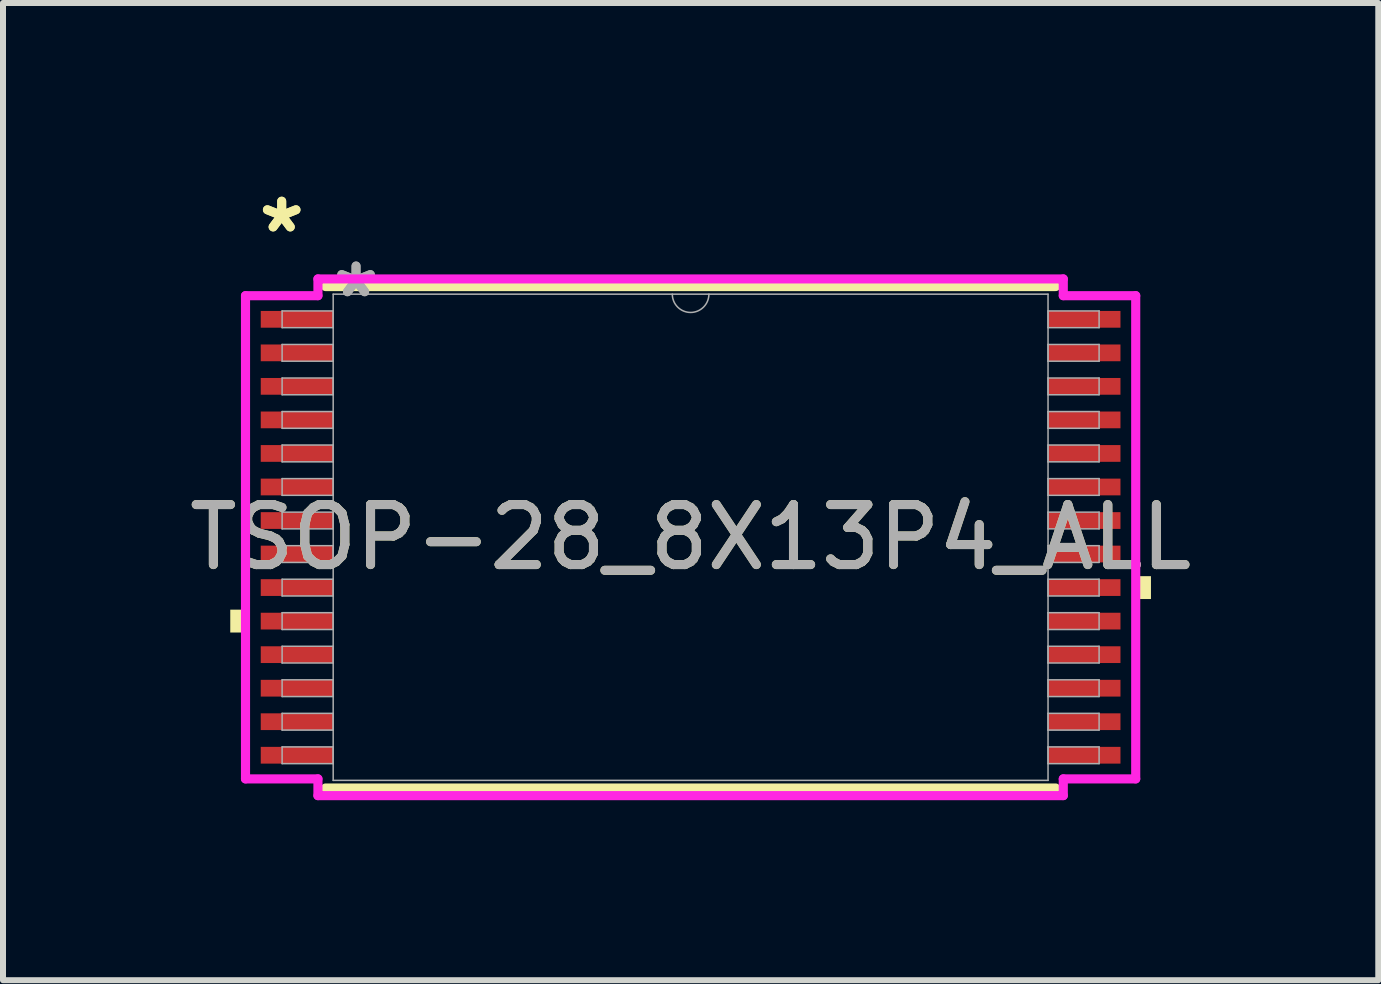
<source format=kicad_pcb>
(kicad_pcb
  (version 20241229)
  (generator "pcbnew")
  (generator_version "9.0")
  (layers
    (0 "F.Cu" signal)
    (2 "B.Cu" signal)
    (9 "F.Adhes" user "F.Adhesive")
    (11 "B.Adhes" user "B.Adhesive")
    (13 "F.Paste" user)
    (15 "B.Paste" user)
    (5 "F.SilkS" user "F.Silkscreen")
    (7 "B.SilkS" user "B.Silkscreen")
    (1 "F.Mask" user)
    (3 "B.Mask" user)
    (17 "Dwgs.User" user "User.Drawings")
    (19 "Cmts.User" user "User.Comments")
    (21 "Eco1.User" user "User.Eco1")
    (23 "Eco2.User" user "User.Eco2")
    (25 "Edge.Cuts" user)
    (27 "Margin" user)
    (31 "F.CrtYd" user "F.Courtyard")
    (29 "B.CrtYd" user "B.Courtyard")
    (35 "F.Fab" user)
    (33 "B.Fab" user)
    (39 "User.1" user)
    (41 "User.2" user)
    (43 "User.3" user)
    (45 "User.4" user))
  (footprint "TSOP-28_8X13P4_ALL"
    (layer "F.Cu")
    (at 8.458 5.903)
    (property "Reference" "TSOP-28_8X13P4_ALL" (at 0 0 0) (unlocked yes) (layer "F.SilkS") (effects (font (size 1 1) (thickness 0.15))))
    (attr smd)
    (fp_line (start -6.083 4.178) (end 6.083 4.178) (stroke (width 0.152) (type solid)) (layer "F.SilkS"))
    (fp_line (start 6.083 -4.178) (end -6.083 -4.178) (stroke (width 0.152) (type solid)) (layer "F.SilkS"))
    (fp_poly (pts (xy -7.671 1.206) (xy -7.671 1.587) (xy -7.417 1.587) (xy -7.417 1.206)) (stroke (width 0) (type solid)) (fill yes) (layer "F.SilkS"))
    (fp_poly (pts (xy 7.671 0.648) (xy 7.671 1.029) (xy 7.417 1.029) (xy 7.417 0.648)) (stroke (width 0) (type solid)) (fill yes) (layer "F.SilkS"))
    (fp_line (start -7.417 -4.026) (end -6.21 -4.026) (stroke (width 0.152) (type solid)) (layer "F.CrtYd"))
    (fp_line (start -7.417 4.026) (end -7.417 -4.026) (stroke (width 0.152) (type solid)) (layer "F.CrtYd"))
    (fp_line (start -7.417 4.026) (end -6.21 4.026) (stroke (width 0.152) (type solid)) (layer "F.CrtYd"))
    (fp_line (start -6.21 -4.305) (end 6.21 -4.305) (stroke (width 0.152) (type solid)) (layer "F.CrtYd"))
    (fp_line (start -6.21 -4.026) (end -6.21 -4.305) (stroke (width 0.152) (type solid)) (layer "F.CrtYd"))
    (fp_line (start -6.21 4.305) (end -6.21 4.026) (stroke (width 0.152) (type solid)) (layer "F.CrtYd"))
    (fp_line (start 6.21 -4.305) (end 6.21 -4.026) (stroke (width 0.152) (type solid)) (layer "F.CrtYd"))
    (fp_line (start 6.21 4.026) (end 6.21 4.305) (stroke (width 0.152) (type solid)) (layer "F.CrtYd"))
    (fp_line (start 6.21 4.305) (end -6.21 4.305) (stroke (width 0.152) (type solid)) (layer "F.CrtYd"))
    (fp_line (start 7.417 -4.026) (end 6.21 -4.026) (stroke (width 0.152) (type solid)) (layer "F.CrtYd"))
    (fp_line (start 7.417 -4.026) (end 7.417 4.026) (stroke (width 0.152) (type solid)) (layer "F.CrtYd"))
    (fp_line (start 7.417 4.026) (end 6.21 4.026) (stroke (width 0.152) (type solid)) (layer "F.CrtYd"))
    (fp_line (start -6.807 -3.772) (end -6.807 -3.493) (stroke (width 0.025) (type solid)) (layer "F.Fab"))
    (fp_line (start -6.807 -3.493) (end -5.956 -3.493) (stroke (width 0.025) (type solid)) (layer "F.Fab"))
    (fp_line (start -6.807 -3.213) (end -6.807 -2.934) (stroke (width 0.025) (type solid)) (layer "F.Fab"))
    (fp_line (start -6.807 -2.934) (end -5.956 -2.934) (stroke (width 0.025) (type solid)) (layer "F.Fab"))
    (fp_line (start -6.807 -2.654) (end -6.807 -2.375) (stroke (width 0.025) (type solid)) (layer "F.Fab"))
    (fp_line (start -6.807 -2.375) (end -5.956 -2.375) (stroke (width 0.025) (type solid)) (layer "F.Fab"))
    (fp_line (start -6.807 -2.095) (end -6.807 -1.816) (stroke (width 0.025) (type solid)) (layer "F.Fab"))
    (fp_line (start -6.807 -1.816) (end -5.956 -1.816) (stroke (width 0.025) (type solid)) (layer "F.Fab"))
    (fp_line (start -6.807 -1.537) (end -6.807 -1.257) (stroke (width 0.025) (type solid)) (layer "F.Fab"))
    (fp_line (start -6.807 -1.257) (end -5.956 -1.257) (stroke (width 0.025) (type solid)) (layer "F.Fab"))
    (fp_line (start -6.807 -0.978) (end -6.807 -0.699) (stroke (width 0.025) (type solid)) (layer "F.Fab"))
    (fp_line (start -6.807 -0.699) (end -5.956 -0.699) (stroke (width 0.025) (type solid)) (layer "F.Fab"))
    (fp_line (start -6.807 -0.419) (end -6.807 -0.14) (stroke (width 0.025) (type solid)) (layer "F.Fab"))
    (fp_line (start -6.807 -0.14) (end -5.956 -0.14) (stroke (width 0.025) (type solid)) (layer "F.Fab"))
    (fp_line (start -6.807 0.14) (end -6.807 0.419) (stroke (width 0.025) (type solid)) (layer "F.Fab"))
    (fp_line (start -6.807 0.419) (end -5.956 0.419) (stroke (width 0.025) (type solid)) (layer "F.Fab"))
    (fp_line (start -6.807 0.699) (end -6.807 0.978) (stroke (width 0.025) (type solid)) (layer "F.Fab"))
    (fp_line (start -6.807 0.978) (end -5.956 0.978) (stroke (width 0.025) (type solid)) (layer "F.Fab"))
    (fp_line (start -6.807 1.257) (end -6.807 1.537) (stroke (width 0.025) (type solid)) (layer "F.Fab"))
    (fp_line (start -6.807 1.537) (end -5.956 1.537) (stroke (width 0.025) (type solid)) (layer "F.Fab"))
    (fp_line (start -6.807 1.816) (end -6.807 2.095) (stroke (width 0.025) (type solid)) (layer "F.Fab"))
    (fp_line (start -6.807 2.095) (end -5.956 2.095) (stroke (width 0.025) (type solid)) (layer "F.Fab"))
    (fp_line (start -6.807 2.375) (end -6.807 2.654) (stroke (width 0.025) (type solid)) (layer "F.Fab"))
    (fp_line (start -6.807 2.654) (end -5.956 2.654) (stroke (width 0.025) (type solid)) (layer "F.Fab"))
    (fp_line (start -6.807 2.934) (end -6.807 3.213) (stroke (width 0.025) (type solid)) (layer "F.Fab"))
    (fp_line (start -6.807 3.213) (end -5.956 3.213) (stroke (width 0.025) (type solid)) (layer "F.Fab"))
    (fp_line (start -6.807 3.493) (end -6.807 3.772) (stroke (width 0.025) (type solid)) (layer "F.Fab"))
    (fp_line (start -6.807 3.772) (end -5.956 3.772) (stroke (width 0.025) (type solid)) (layer "F.Fab"))
    (fp_line (start -5.956 -4.051) (end -5.956 4.051) (stroke (width 0.025) (type solid)) (layer "F.Fab"))
    (fp_line (start -5.956 -3.772) (end -6.807 -3.772) (stroke (width 0.025) (type solid)) (layer "F.Fab"))
    (fp_line (start -5.956 -3.493) (end -5.956 -3.772) (stroke (width 0.025) (type solid)) (layer "F.Fab"))
    (fp_line (start -5.956 -3.213) (end -6.807 -3.213) (stroke (width 0.025) (type solid)) (layer "F.Fab"))
    (fp_line (start -5.956 -2.934) (end -5.956 -3.213) (stroke (width 0.025) (type solid)) (layer "F.Fab"))
    (fp_line (start -5.956 -2.654) (end -6.807 -2.654) (stroke (width 0.025) (type solid)) (layer "F.Fab"))
    (fp_line (start -5.956 -2.375) (end -5.956 -2.654) (stroke (width 0.025) (type solid)) (layer "F.Fab"))
    (fp_line (start -5.956 -2.095) (end -6.807 -2.095) (stroke (width 0.025) (type solid)) (layer "F.Fab"))
    (fp_line (start -5.956 -1.816) (end -5.956 -2.095) (stroke (width 0.025) (type solid)) (layer "F.Fab"))
    (fp_line (start -5.956 -1.537) (end -6.807 -1.537) (stroke (width 0.025) (type solid)) (layer "F.Fab"))
    (fp_line (start -5.956 -1.257) (end -5.956 -1.537) (stroke (width 0.025) (type solid)) (layer "F.Fab"))
    (fp_line (start -5.956 -0.978) (end -6.807 -0.978) (stroke (width 0.025) (type solid)) (layer "F.Fab"))
    (fp_line (start -5.956 -0.699) (end -5.956 -0.978) (stroke (width 0.025) (type solid)) (layer "F.Fab"))
    (fp_line (start -5.956 -0.419) (end -6.807 -0.419) (stroke (width 0.025) (type solid)) (layer "F.Fab"))
    (fp_line (start -5.956 -0.14) (end -5.956 -0.419) (stroke (width 0.025) (type solid)) (layer "F.Fab"))
    (fp_line (start -5.956 0.14) (end -6.807 0.14) (stroke (width 0.025) (type solid)) (layer "F.Fab"))
    (fp_line (start -5.956 0.419) (end -5.956 0.14) (stroke (width 0.025) (type solid)) (layer "F.Fab"))
    (fp_line (start -5.956 0.699) (end -6.807 0.699) (stroke (width 0.025) (type solid)) (layer "F.Fab"))
    (fp_line (start -5.956 0.978) (end -5.956 0.699) (stroke (width 0.025) (type solid)) (layer "F.Fab"))
    (fp_line (start -5.956 1.257) (end -6.807 1.257) (stroke (width 0.025) (type solid)) (layer "F.Fab"))
    (fp_line (start -5.956 1.537) (end -5.956 1.257) (stroke (width 0.025) (type solid)) (layer "F.Fab"))
    (fp_line (start -5.956 1.816) (end -6.807 1.816) (stroke (width 0.025) (type solid)) (layer "F.Fab"))
    (fp_line (start -5.956 2.095) (end -5.956 1.816) (stroke (width 0.025) (type solid)) (layer "F.Fab"))
    (fp_line (start -5.956 2.375) (end -6.807 2.375) (stroke (width 0.025) (type solid)) (layer "F.Fab"))
    (fp_line (start -5.956 2.654) (end -5.956 2.375) (stroke (width 0.025) (type solid)) (layer "F.Fab"))
    (fp_line (start -5.956 2.934) (end -6.807 2.934) (stroke (width 0.025) (type solid)) (layer "F.Fab"))
    (fp_line (start -5.956 3.213) (end -5.956 2.934) (stroke (width 0.025) (type solid)) (layer "F.Fab"))
    (fp_line (start -5.956 3.493) (end -6.807 3.493) (stroke (width 0.025) (type solid)) (layer "F.Fab"))
    (fp_line (start -5.956 3.772) (end -5.956 3.493) (stroke (width 0.025) (type solid)) (layer "F.Fab"))
    (fp_line (start -5.956 4.051) (end 5.956 4.051) (stroke (width 0.025) (type solid)) (layer "F.Fab"))
    (fp_line (start 5.956 -4.051) (end -5.956 -4.051) (stroke (width 0.025) (type solid)) (layer "F.Fab"))
    (fp_line (start 5.956 -3.772) (end 5.956 -3.493) (stroke (width 0.025) (type solid)) (layer "F.Fab"))
    (fp_line (start 5.956 -3.493) (end 6.807 -3.493) (stroke (width 0.025) (type solid)) (layer "F.Fab"))
    (fp_line (start 5.956 -3.213) (end 5.956 -2.934) (stroke (width 0.025) (type solid)) (layer "F.Fab"))
    (fp_line (start 5.956 -2.934) (end 6.807 -2.934) (stroke (width 0.025) (type solid)) (layer "F.Fab"))
    (fp_line (start 5.956 -2.654) (end 5.956 -2.375) (stroke (width 0.025) (type solid)) (layer "F.Fab"))
    (fp_line (start 5.956 -2.375) (end 6.807 -2.375) (stroke (width 0.025) (type solid)) (layer "F.Fab"))
    (fp_line (start 5.956 -2.095) (end 5.956 -1.816) (stroke (width 0.025) (type solid)) (layer "F.Fab"))
    (fp_line (start 5.956 -1.816) (end 6.807 -1.816) (stroke (width 0.025) (type solid)) (layer "F.Fab"))
    (fp_line (start 5.956 -1.537) (end 5.956 -1.257) (stroke (width 0.025) (type solid)) (layer "F.Fab"))
    (fp_line (start 5.956 -1.257) (end 6.807 -1.257) (stroke (width 0.025) (type solid)) (layer "F.Fab"))
    (fp_line (start 5.956 -0.978) (end 5.956 -0.699) (stroke (width 0.025) (type solid)) (layer "F.Fab"))
    (fp_line (start 5.956 -0.699) (end 6.807 -0.699) (stroke (width 0.025) (type solid)) (layer "F.Fab"))
    (fp_line (start 5.956 -0.419) (end 5.956 -0.14) (stroke (width 0.025) (type solid)) (layer "F.Fab"))
    (fp_line (start 5.956 -0.14) (end 6.807 -0.14) (stroke (width 0.025) (type solid)) (layer "F.Fab"))
    (fp_line (start 5.956 0.14) (end 5.956 0.419) (stroke (width 0.025) (type solid)) (layer "F.Fab"))
    (fp_line (start 5.956 0.419) (end 6.807 0.419) (stroke (width 0.025) (type solid)) (layer "F.Fab"))
    (fp_line (start 5.956 0.699) (end 5.956 0.978) (stroke (width 0.025) (type solid)) (layer "F.Fab"))
    (fp_line (start 5.956 0.978) (end 6.807 0.978) (stroke (width 0.025) (type solid)) (layer "F.Fab"))
    (fp_line (start 5.956 1.257) (end 5.956 1.537) (stroke (width 0.025) (type solid)) (layer "F.Fab"))
    (fp_line (start 5.956 1.537) (end 6.807 1.537) (stroke (width 0.025) (type solid)) (layer "F.Fab"))
    (fp_line (start 5.956 1.816) (end 5.956 2.095) (stroke (width 0.025) (type solid)) (layer "F.Fab"))
    (fp_line (start 5.956 2.095) (end 6.807 2.095) (stroke (width 0.025) (type solid)) (layer "F.Fab"))
    (fp_line (start 5.956 2.375) (end 5.956 2.654) (stroke (width 0.025) (type solid)) (layer "F.Fab"))
    (fp_line (start 5.956 2.654) (end 6.807 2.654) (stroke (width 0.025) (type solid)) (layer "F.Fab"))
    (fp_line (start 5.956 2.934) (end 5.956 3.213) (stroke (width 0.025) (type solid)) (layer "F.Fab"))
    (fp_line (start 5.956 3.213) (end 6.807 3.213) (stroke (width 0.025) (type solid)) (layer "F.Fab"))
    (fp_line (start 5.956 3.493) (end 5.956 3.772) (stroke (width 0.025) (type solid)) (layer "F.Fab"))
    (fp_line (start 5.956 3.772) (end 6.807 3.772) (stroke (width 0.025) (type solid)) (layer "F.Fab"))
    (fp_line (start 5.956 4.051) (end 5.956 -4.051) (stroke (width 0.025) (type solid)) (layer "F.Fab"))
    (fp_line (start 6.807 -3.772) (end 5.956 -3.772) (stroke (width 0.025) (type solid)) (layer "F.Fab"))
    (fp_line (start 6.807 -3.493) (end 6.807 -3.772) (stroke (width 0.025) (type solid)) (layer "F.Fab"))
    (fp_line (start 6.807 -3.213) (end 5.956 -3.213) (stroke (width 0.025) (type solid)) (layer "F.Fab"))
    (fp_line (start 6.807 -2.934) (end 6.807 -3.213) (stroke (width 0.025) (type solid)) (layer "F.Fab"))
    (fp_line (start 6.807 -2.654) (end 5.956 -2.654) (stroke (width 0.025) (type solid)) (layer "F.Fab"))
    (fp_line (start 6.807 -2.375) (end 6.807 -2.654) (stroke (width 0.025) (type solid)) (layer "F.Fab"))
    (fp_line (start 6.807 -2.095) (end 5.956 -2.095) (stroke (width 0.025) (type solid)) (layer "F.Fab"))
    (fp_line (start 6.807 -1.816) (end 6.807 -2.095) (stroke (width 0.025) (type solid)) (layer "F.Fab"))
    (fp_line (start 6.807 -1.537) (end 5.956 -1.537) (stroke (width 0.025) (type solid)) (layer "F.Fab"))
    (fp_line (start 6.807 -1.257) (end 6.807 -1.537) (stroke (width 0.025) (type solid)) (layer "F.Fab"))
    (fp_line (start 6.807 -0.978) (end 5.956 -0.978) (stroke (width 0.025) (type solid)) (layer "F.Fab"))
    (fp_line (start 6.807 -0.699) (end 6.807 -0.978) (stroke (width 0.025) (type solid)) (layer "F.Fab"))
    (fp_line (start 6.807 -0.419) (end 5.956 -0.419) (stroke (width 0.025) (type solid)) (layer "F.Fab"))
    (fp_line (start 6.807 -0.14) (end 6.807 -0.419) (stroke (width 0.025) (type solid)) (layer "F.Fab"))
    (fp_line (start 6.807 0.14) (end 5.956 0.14) (stroke (width 0.025) (type solid)) (layer "F.Fab"))
    (fp_line (start 6.807 0.419) (end 6.807 0.14) (stroke (width 0.025) (type solid)) (layer "F.Fab"))
    (fp_line (start 6.807 0.699) (end 5.956 0.699) (stroke (width 0.025) (type solid)) (layer "F.Fab"))
    (fp_line (start 6.807 0.978) (end 6.807 0.699) (stroke (width 0.025) (type solid)) (layer "F.Fab"))
    (fp_line (start 6.807 1.257) (end 5.956 1.257) (stroke (width 0.025) (type solid)) (layer "F.Fab"))
    (fp_line (start 6.807 1.537) (end 6.807 1.257) (stroke (width 0.025) (type solid)) (layer "F.Fab"))
    (fp_line (start 6.807 1.816) (end 5.956 1.816) (stroke (width 0.025) (type solid)) (layer "F.Fab"))
    (fp_line (start 6.807 2.095) (end 6.807 1.816) (stroke (width 0.025) (type solid)) (layer "F.Fab"))
    (fp_line (start 6.807 2.375) (end 5.956 2.375) (stroke (width 0.025) (type solid)) (layer "F.Fab"))
    (fp_line (start 6.807 2.654) (end 6.807 2.375) (stroke (width 0.025) (type solid)) (layer "F.Fab"))
    (fp_line (start 6.807 2.934) (end 5.956 2.934) (stroke (width 0.025) (type solid)) (layer "F.Fab"))
    (fp_line (start 6.807 3.213) (end 6.807 2.934) (stroke (width 0.025) (type solid)) (layer "F.Fab"))
    (fp_line (start 6.807 3.493) (end 5.956 3.493) (stroke (width 0.025) (type solid)) (layer "F.Fab"))
    (fp_line (start 6.807 3.772) (end 6.807 3.493) (stroke (width 0.025) (type solid)) (layer "F.Fab"))
    (fp_arc (start 0.3048 -4.0513) (mid 0 -3.7465) (end -0.3048 -4.0513) (stroke (width 0.0254) (type solid)) (layer "F.Fab"))
    (fp_text user "*" (at -6.814 -5.055 0) (layer "F.SilkS") (effects (font (size 1 1) (thickness 0.15))))
    (fp_text user "*" (at -6.814 -5.055 0) (unlocked yes) (layer "F.SilkS") (effects (font (size 1 1) (thickness 0.15))))
    (fp_text user "*" (at -5.575 -3.975 0) (unlocked yes) (layer "F.Fab") (effects (font (size 1 1) (thickness 0.15))))
    (fp_text user "*" (at -5.575 -3.975 0) (layer "F.Fab") (effects (font (size 1 1) (thickness 0.15))))
    (fp_text user "${REFERENCE}" (at 0 0 0) (unlocked yes) (layer "F.Fab") (effects (font (size 1 1) (thickness 0.15))))
    (pad "1" smd rect (at -6.56 -3.632) (size 1.206 0.279) (layers "F.Cu" "F.Mask" "F.Paste"))
    (pad "2" smd rect (at -6.56 -3.073) (size 1.206 0.279) (layers "F.Cu" "F.Mask" "F.Paste"))
    (pad "3" smd rect (at -6.56 -2.515) (size 1.206 0.279) (layers "F.Cu" "F.Mask" "F.Paste"))
    (pad "4" smd rect (at -6.56 -1.956) (size 1.206 0.279) (layers "F.Cu" "F.Mask" "F.Paste"))
    (pad "5" smd rect (at -6.56 -1.397) (size 1.206 0.279) (layers "F.Cu" "F.Mask" "F.Paste"))
    (pad "6" smd rect (at -6.56 -0.838) (size 1.206 0.279) (layers "F.Cu" "F.Mask" "F.Paste"))
    (pad "7" smd rect (at -6.56 -0.279) (size 1.206 0.279) (layers "F.Cu" "F.Mask" "F.Paste"))
    (pad "8" smd rect (at -6.56 0.279) (size 1.206 0.279) (layers "F.Cu" "F.Mask" "F.Paste"))
    (pad "9" smd rect (at -6.56 0.838) (size 1.206 0.279) (layers "F.Cu" "F.Mask" "F.Paste"))
    (pad "10" smd rect (at -6.56 1.397) (size 1.206 0.279) (layers "F.Cu" "F.Mask" "F.Paste"))
    (pad "11" smd rect (at -6.56 1.956) (size 1.206 0.279) (layers "F.Cu" "F.Mask" "F.Paste"))
    (pad "12" smd rect (at -6.56 2.515) (size 1.206 0.279) (layers "F.Cu" "F.Mask" "F.Paste"))
    (pad "13" smd rect (at -6.56 3.073) (size 1.206 0.279) (layers "F.Cu" "F.Mask" "F.Paste"))
    (pad "14" smd rect (at -6.56 3.632) (size 1.206 0.279) (layers "F.Cu" "F.Mask" "F.Paste"))
    (pad "15" smd rect (at 6.56 3.632) (size 1.206 0.279) (layers "F.Cu" "F.Mask" "F.Paste"))
    (pad "16" smd rect (at 6.56 3.073) (size 1.206 0.279) (layers "F.Cu" "F.Mask" "F.Paste"))
    (pad "17" smd rect (at 6.56 2.515) (size 1.206 0.279) (layers "F.Cu" "F.Mask" "F.Paste"))
    (pad "18" smd rect (at 6.56 1.956) (size 1.206 0.279) (layers "F.Cu" "F.Mask" "F.Paste"))
    (pad "19" smd rect (at 6.56 1.397) (size 1.206 0.279) (layers "F.Cu" "F.Mask" "F.Paste"))
    (pad "20" smd rect (at 6.56 0.838) (size 1.206 0.279) (layers "F.Cu" "F.Mask" "F.Paste"))
    (pad "21" smd rect (at 6.56 0.279) (size 1.206 0.279) (layers "F.Cu" "F.Mask" "F.Paste"))
    (pad "22" smd rect (at 6.56 -0.279) (size 1.206 0.279) (layers "F.Cu" "F.Mask" "F.Paste"))
    (pad "23" smd rect (at 6.56 -0.838) (size 1.206 0.279) (layers "F.Cu" "F.Mask" "F.Paste"))
    (pad "24" smd rect (at 6.56 -1.397) (size 1.206 0.279) (layers "F.Cu" "F.Mask" "F.Paste"))
    (pad "25" smd rect (at 6.56 -1.956) (size 1.206 0.279) (layers "F.Cu" "F.Mask" "F.Paste"))
    (pad "26" smd rect (at 6.56 -2.515) (size 1.206 0.279) (layers "F.Cu" "F.Mask" "F.Paste"))
    (pad "27" smd rect (at 6.56 -3.073) (size 1.206 0.279) (layers "F.Cu" "F.Mask" "F.Paste"))
    (pad "28" smd rect (at 6.56 -3.632) (size 1.206 0.279) (layers "F.Cu" "F.Mask" "F.Paste")))
  (gr_rect
    (start -3 -3)
    (end 19.917 13.284)
    (stroke (width 0.1) (type default))
    (fill no)
    (layer "Edge.Cuts")))
</source>
